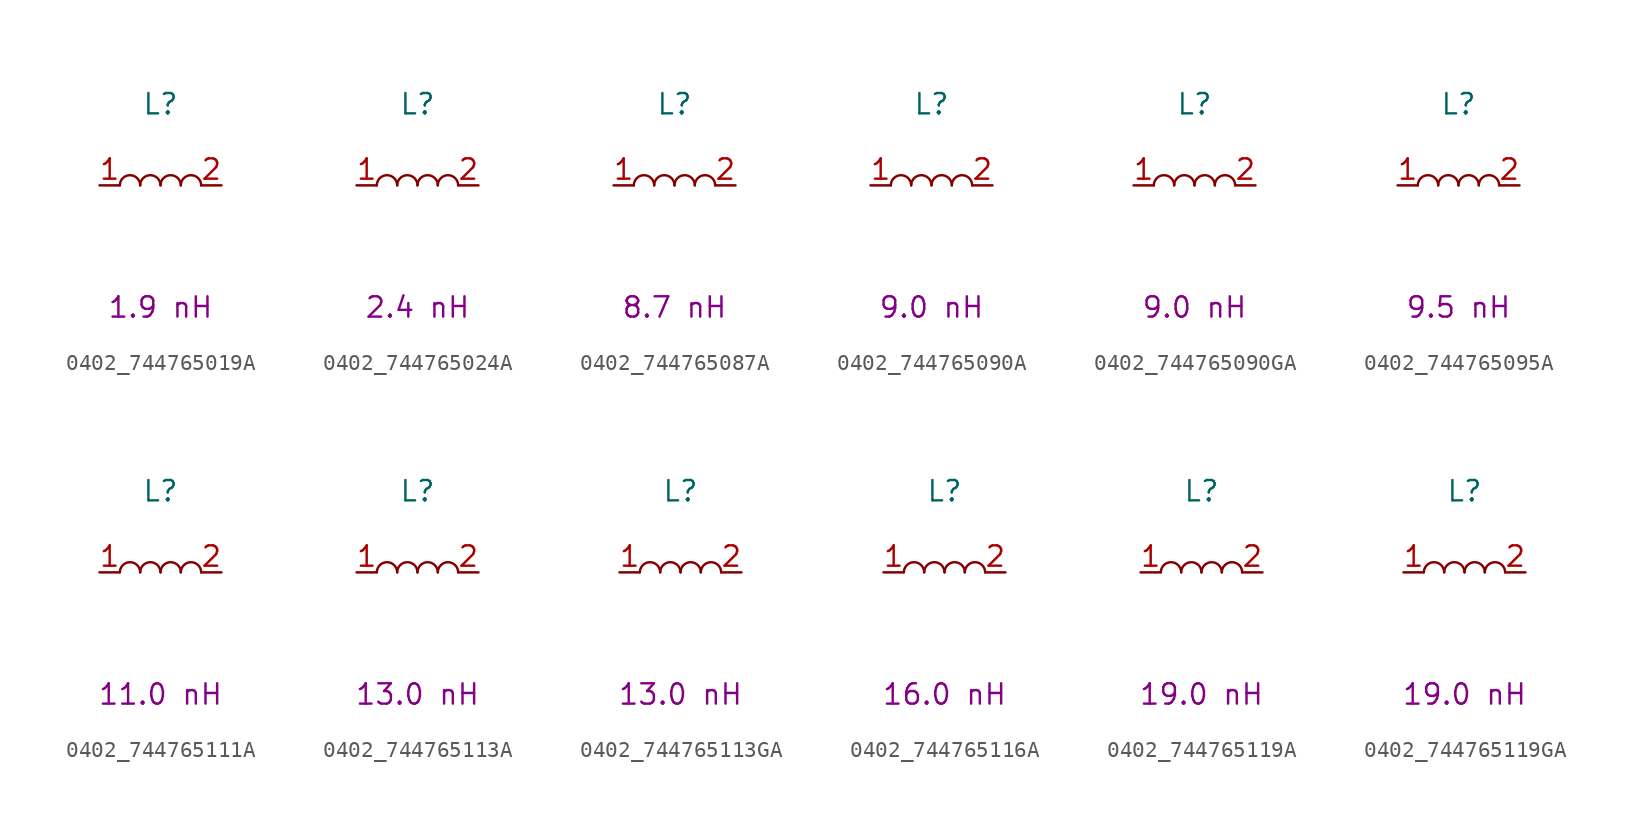
<source format=kicad_sym>
(kicad_symbol_lib
  (version 20220914)
  (generator kicad_symbol_editor)
  (symbol "0402_744765019A"
    (pin_names hide)
    (property "Reference" "L"
      (at 0 5.08 0)
      (effects (font (size 1.27 1.27))))
    (property "Critical Parameter" "1.9 nH"
      (at 0 -7.62 0)
      (effects (font (size 1.27 1.27))))
    (symbol "0402_744765019A_0_1"
      (arc (start -1.27 0) (mid -1.905 0.6323) (end -2.54 0) (stroke (width 0) (type default)) (fill (type none)))
      (arc (start 0 0) (mid -0.635 0.6323) (end -1.27 0) (stroke (width 0) (type default)) (fill (type none)))
      (arc (start 1.27 0) (mid 0.635 0.6323) (end 0 0) (stroke (width 0) (type default)) (fill (type none)))
      (arc (start 2.54 0) (mid 1.905 0.6323) (end 1.27 0) (stroke (width 0) (type default)) (fill (type none))))
    (symbol "0402_744765019A_1_1"
      (pin passive line (at -3.81 0 0) (length 1.27) (name "1" (effects (font (size 1.27 1.27)))) (number "1" (effects (font (size 1.27 1.27)))))
      (pin passive line (at 3.81 0 180) (length 1.27) (name "2" (effects (font (size 1.27 1.27)))) (number "2" (effects (font (size 1.27 1.27)))))))
  (symbol "0402_744765024A"
    (pin_names hide)
    (property "Reference" "L"
      (at 0 5.08 0)
      (effects (font (size 1.27 1.27))))
    (property "Critical Parameter" "2.4 nH"
      (at 0 -7.62 0)
      (effects (font (size 1.27 1.27))))
    (symbol "0402_744765024A_0_1"
      (arc (start -1.27 0) (mid -1.905 0.6323) (end -2.54 0) (stroke (width 0) (type default)) (fill (type none)))
      (arc (start 0 0) (mid -0.635 0.6323) (end -1.27 0) (stroke (width 0) (type default)) (fill (type none)))
      (arc (start 1.27 0) (mid 0.635 0.6323) (end 0 0) (stroke (width 0) (type default)) (fill (type none)))
      (arc (start 2.54 0) (mid 1.905 0.6323) (end 1.27 0) (stroke (width 0) (type default)) (fill (type none))))
    (symbol "0402_744765024A_1_1"
      (pin passive line (at -3.81 0 0) (length 1.27) (name "1" (effects (font (size 1.27 1.27)))) (number "1" (effects (font (size 1.27 1.27)))))
      (pin passive line (at 3.81 0 180) (length 1.27) (name "2" (effects (font (size 1.27 1.27)))) (number "2" (effects (font (size 1.27 1.27)))))))
  (symbol "0402_744765087A"
    (pin_names hide)
    (property "Reference" "L"
      (at 0 5.08 0)
      (effects (font (size 1.27 1.27))))
    (property "Critical Parameter" "8.7 nH"
      (at 0 -7.62 0)
      (effects (font (size 1.27 1.27))))
    (symbol "0402_744765087A_0_1"
      (arc (start -1.27 0) (mid -1.905 0.6323) (end -2.54 0) (stroke (width 0) (type default)) (fill (type none)))
      (arc (start 0 0) (mid -0.635 0.6323) (end -1.27 0) (stroke (width 0) (type default)) (fill (type none)))
      (arc (start 1.27 0) (mid 0.635 0.6323) (end 0 0) (stroke (width 0) (type default)) (fill (type none)))
      (arc (start 2.54 0) (mid 1.905 0.6323) (end 1.27 0) (stroke (width 0) (type default)) (fill (type none))))
    (symbol "0402_744765087A_1_1"
      (pin passive line (at -3.81 0 0) (length 1.27) (name "1" (effects (font (size 1.27 1.27)))) (number "1" (effects (font (size 1.27 1.27)))))
      (pin passive line (at 3.81 0 180) (length 1.27) (name "2" (effects (font (size 1.27 1.27)))) (number "2" (effects (font (size 1.27 1.27)))))))
  (symbol "0402_744765090A"
    (pin_names hide)
    (property "Reference" "L"
      (at 0 5.08 0)
      (effects (font (size 1.27 1.27))))
    (property "Critical Parameter" "9.0 nH"
      (at 0 -7.62 0)
      (effects (font (size 1.27 1.27))))
    (symbol "0402_744765090A_0_1"
      (arc (start -1.27 0) (mid -1.905 0.6323) (end -2.54 0) (stroke (width 0) (type default)) (fill (type none)))
      (arc (start 0 0) (mid -0.635 0.6323) (end -1.27 0) (stroke (width 0) (type default)) (fill (type none)))
      (arc (start 1.27 0) (mid 0.635 0.6323) (end 0 0) (stroke (width 0) (type default)) (fill (type none)))
      (arc (start 2.54 0) (mid 1.905 0.6323) (end 1.27 0) (stroke (width 0) (type default)) (fill (type none))))
    (symbol "0402_744765090A_1_1"
      (pin passive line (at -3.81 0 0) (length 1.27) (name "1" (effects (font (size 1.27 1.27)))) (number "1" (effects (font (size 1.27 1.27)))))
      (pin passive line (at 3.81 0 180) (length 1.27) (name "2" (effects (font (size 1.27 1.27)))) (number "2" (effects (font (size 1.27 1.27)))))))
  (symbol "0402_744765090GA"
    (pin_names hide)
    (property "Reference" "L"
      (at 0 5.08 0)
      (effects (font (size 1.27 1.27))))
    (property "Critical Parameter" "9.0 nH"
      (at 0 -7.62 0)
      (effects (font (size 1.27 1.27))))
    (symbol "0402_744765090GA_0_1"
      (arc (start -1.27 0) (mid -1.905 0.6323) (end -2.54 0) (stroke (width 0) (type default)) (fill (type none)))
      (arc (start 0 0) (mid -0.635 0.6323) (end -1.27 0) (stroke (width 0) (type default)) (fill (type none)))
      (arc (start 1.27 0) (mid 0.635 0.6323) (end 0 0) (stroke (width 0) (type default)) (fill (type none)))
      (arc (start 2.54 0) (mid 1.905 0.6323) (end 1.27 0) (stroke (width 0) (type default)) (fill (type none))))
    (symbol "0402_744765090GA_1_1"
      (pin passive line (at -3.81 0 0) (length 1.27) (name "1" (effects (font (size 1.27 1.27)))) (number "1" (effects (font (size 1.27 1.27)))))
      (pin passive line (at 3.81 0 180) (length 1.27) (name "2" (effects (font (size 1.27 1.27)))) (number "2" (effects (font (size 1.27 1.27)))))))
  (symbol "0402_744765095A"
    (pin_names hide)
    (property "Reference" "L"
      (at 0 5.08 0)
      (effects (font (size 1.27 1.27))))
    (property "Critical Parameter" "9.5 nH"
      (at 0 -7.62 0)
      (effects (font (size 1.27 1.27))))
    (symbol "0402_744765095A_0_1"
      (arc (start -1.27 0) (mid -1.905 0.6323) (end -2.54 0) (stroke (width 0) (type default)) (fill (type none)))
      (arc (start 0 0) (mid -0.635 0.6323) (end -1.27 0) (stroke (width 0) (type default)) (fill (type none)))
      (arc (start 1.27 0) (mid 0.635 0.6323) (end 0 0) (stroke (width 0) (type default)) (fill (type none)))
      (arc (start 2.54 0) (mid 1.905 0.6323) (end 1.27 0) (stroke (width 0) (type default)) (fill (type none))))
    (symbol "0402_744765095A_1_1"
      (pin passive line (at -3.81 0 0) (length 1.27) (name "1" (effects (font (size 1.27 1.27)))) (number "1" (effects (font (size 1.27 1.27)))))
      (pin passive line (at 3.81 0 180) (length 1.27) (name "2" (effects (font (size 1.27 1.27)))) (number "2" (effects (font (size 1.27 1.27)))))))
  (symbol "0402_744765111A"
    (pin_names hide)
    (property "Reference" "L"
      (at 0 5.08 0)
      (effects (font (size 1.27 1.27))))
    (property "Critical Parameter" "11.0 nH"
      (at 0 -7.62 0)
      (effects (font (size 1.27 1.27))))
    (symbol "0402_744765111A_0_1"
      (arc (start -1.27 0) (mid -1.905 0.6323) (end -2.54 0) (stroke (width 0) (type default)) (fill (type none)))
      (arc (start 0 0) (mid -0.635 0.6323) (end -1.27 0) (stroke (width 0) (type default)) (fill (type none)))
      (arc (start 1.27 0) (mid 0.635 0.6323) (end 0 0) (stroke (width 0) (type default)) (fill (type none)))
      (arc (start 2.54 0) (mid 1.905 0.6323) (end 1.27 0) (stroke (width 0) (type default)) (fill (type none))))
    (symbol "0402_744765111A_1_1"
      (pin passive line (at -3.81 0 0) (length 1.27) (name "1" (effects (font (size 1.27 1.27)))) (number "1" (effects (font (size 1.27 1.27)))))
      (pin passive line (at 3.81 0 180) (length 1.27) (name "2" (effects (font (size 1.27 1.27)))) (number "2" (effects (font (size 1.27 1.27)))))))
  (symbol "0402_744765113A"
    (pin_names hide)
    (property "Reference" "L"
      (at 0 5.08 0)
      (effects (font (size 1.27 1.27))))
    (property "Critical Parameter" "13.0 nH"
      (at 0 -7.62 0)
      (effects (font (size 1.27 1.27))))
    (symbol "0402_744765113A_0_1"
      (arc (start -1.27 0) (mid -1.905 0.6323) (end -2.54 0) (stroke (width 0) (type default)) (fill (type none)))
      (arc (start 0 0) (mid -0.635 0.6323) (end -1.27 0) (stroke (width 0) (type default)) (fill (type none)))
      (arc (start 1.27 0) (mid 0.635 0.6323) (end 0 0) (stroke (width 0) (type default)) (fill (type none)))
      (arc (start 2.54 0) (mid 1.905 0.6323) (end 1.27 0) (stroke (width 0) (type default)) (fill (type none))))
    (symbol "0402_744765113A_1_1"
      (pin passive line (at -3.81 0 0) (length 1.27) (name "1" (effects (font (size 1.27 1.27)))) (number "1" (effects (font (size 1.27 1.27)))))
      (pin passive line (at 3.81 0 180) (length 1.27) (name "2" (effects (font (size 1.27 1.27)))) (number "2" (effects (font (size 1.27 1.27)))))))
  (symbol "0402_744765113GA"
    (pin_names hide)
    (property "Reference" "L"
      (at 0 5.08 0)
      (effects (font (size 1.27 1.27))))
    (property "Critical Parameter" "13.0 nH"
      (at 0 -7.62 0)
      (effects (font (size 1.27 1.27))))
    (symbol "0402_744765113GA_0_1"
      (arc (start -1.27 0) (mid -1.905 0.6323) (end -2.54 0) (stroke (width 0) (type default)) (fill (type none)))
      (arc (start 0 0) (mid -0.635 0.6323) (end -1.27 0) (stroke (width 0) (type default)) (fill (type none)))
      (arc (start 1.27 0) (mid 0.635 0.6323) (end 0 0) (stroke (width 0) (type default)) (fill (type none)))
      (arc (start 2.54 0) (mid 1.905 0.6323) (end 1.27 0) (stroke (width 0) (type default)) (fill (type none))))
    (symbol "0402_744765113GA_1_1"
      (pin passive line (at -3.81 0 0) (length 1.27) (name "1" (effects (font (size 1.27 1.27)))) (number "1" (effects (font (size 1.27 1.27)))))
      (pin passive line (at 3.81 0 180) (length 1.27) (name "2" (effects (font (size 1.27 1.27)))) (number "2" (effects (font (size 1.27 1.27)))))))
  (symbol "0402_744765116A"
    (pin_names hide)
    (property "Reference" "L"
      (at 0 5.08 0)
      (effects (font (size 1.27 1.27))))
    (property "Critical Parameter" "16.0 nH"
      (at 0 -7.62 0)
      (effects (font (size 1.27 1.27))))
    (symbol "0402_744765116A_0_1"
      (arc (start -1.27 0) (mid -1.905 0.6323) (end -2.54 0) (stroke (width 0) (type default)) (fill (type none)))
      (arc (start 0 0) (mid -0.635 0.6323) (end -1.27 0) (stroke (width 0) (type default)) (fill (type none)))
      (arc (start 1.27 0) (mid 0.635 0.6323) (end 0 0) (stroke (width 0) (type default)) (fill (type none)))
      (arc (start 2.54 0) (mid 1.905 0.6323) (end 1.27 0) (stroke (width 0) (type default)) (fill (type none))))
    (symbol "0402_744765116A_1_1"
      (pin passive line (at -3.81 0 0) (length 1.27) (name "1" (effects (font (size 1.27 1.27)))) (number "1" (effects (font (size 1.27 1.27)))))
      (pin passive line (at 3.81 0 180) (length 1.27) (name "2" (effects (font (size 1.27 1.27)))) (number "2" (effects (font (size 1.27 1.27)))))))
  (symbol "0402_744765119A"
    (pin_names hide)
    (property "Reference" "L"
      (at 0 5.08 0)
      (effects (font (size 1.27 1.27))))
    (property "Critical Parameter" "19.0 nH"
      (at 0 -7.62 0)
      (effects (font (size 1.27 1.27))))
    (symbol "0402_744765119A_0_1"
      (arc (start -1.27 0) (mid -1.905 0.6323) (end -2.54 0) (stroke (width 0) (type default)) (fill (type none)))
      (arc (start 0 0) (mid -0.635 0.6323) (end -1.27 0) (stroke (width 0) (type default)) (fill (type none)))
      (arc (start 1.27 0) (mid 0.635 0.6323) (end 0 0) (stroke (width 0) (type default)) (fill (type none)))
      (arc (start 2.54 0) (mid 1.905 0.6323) (end 1.27 0) (stroke (width 0) (type default)) (fill (type none))))
    (symbol "0402_744765119A_1_1"
      (pin passive line (at -3.81 0 0) (length 1.27) (name "1" (effects (font (size 1.27 1.27)))) (number "1" (effects (font (size 1.27 1.27)))))
      (pin passive line (at 3.81 0 180) (length 1.27) (name "2" (effects (font (size 1.27 1.27)))) (number "2" (effects (font (size 1.27 1.27)))))))
  (symbol "0402_744765119GA"
    (pin_names hide)
    (property "Reference" "L"
      (at 0 5.08 0)
      (effects (font (size 1.27 1.27))))
    (property "Critical Parameter" "19.0 nH"
      (at 0 -7.62 0)
      (effects (font (size 1.27 1.27))))
    (symbol "0402_744765119GA_0_1"
      (arc (start -1.27 0) (mid -1.905 0.6323) (end -2.54 0) (stroke (width 0) (type default)) (fill (type none)))
      (arc (start 0 0) (mid -0.635 0.6323) (end -1.27 0) (stroke (width 0) (type default)) (fill (type none)))
      (arc (start 1.27 0) (mid 0.635 0.6323) (end 0 0) (stroke (width 0) (type default)) (fill (type none)))
      (arc (start 2.54 0) (mid 1.905 0.6323) (end 1.27 0) (stroke (width 0) (type default)) (fill (type none))))
    (symbol "0402_744765119GA_1_1"
      (pin passive line (at -3.81 0 0) (length 1.27) (name "1" (effects (font (size 1.27 1.27)))) (number "1" (effects (font (size 1.27 1.27)))))
      (pin passive line (at 3.81 0 180) (length 1.27) (name "2" (effects (font (size 1.27 1.27)))) (number "2" (effects (font (size 1.27 1.27))))))))
</source>
